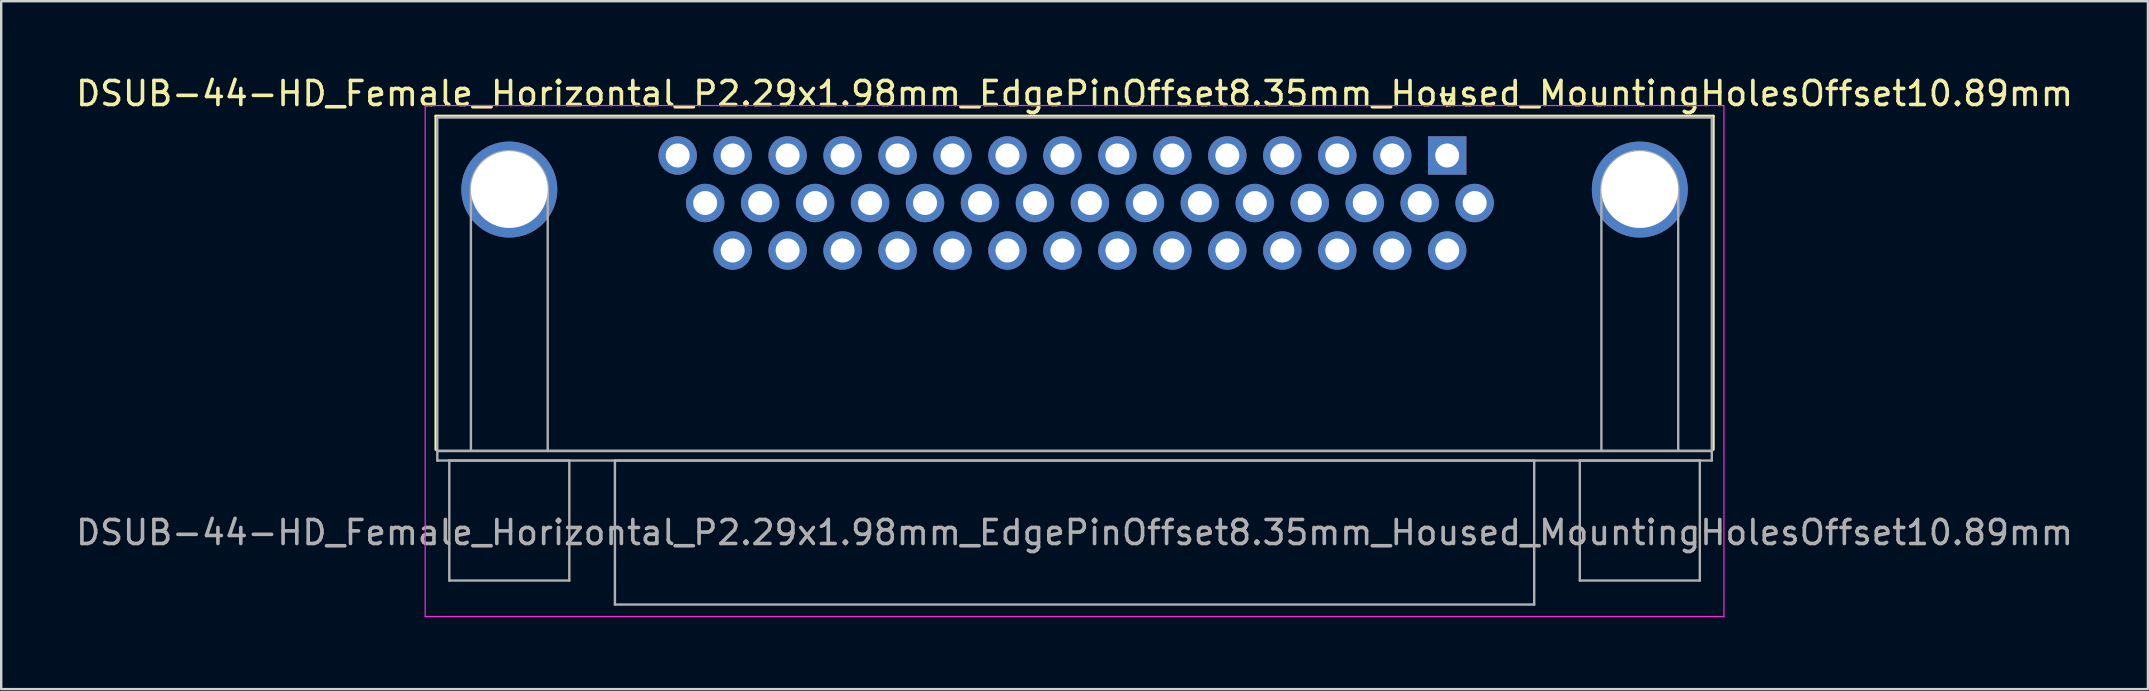
<source format=kicad_pcb>
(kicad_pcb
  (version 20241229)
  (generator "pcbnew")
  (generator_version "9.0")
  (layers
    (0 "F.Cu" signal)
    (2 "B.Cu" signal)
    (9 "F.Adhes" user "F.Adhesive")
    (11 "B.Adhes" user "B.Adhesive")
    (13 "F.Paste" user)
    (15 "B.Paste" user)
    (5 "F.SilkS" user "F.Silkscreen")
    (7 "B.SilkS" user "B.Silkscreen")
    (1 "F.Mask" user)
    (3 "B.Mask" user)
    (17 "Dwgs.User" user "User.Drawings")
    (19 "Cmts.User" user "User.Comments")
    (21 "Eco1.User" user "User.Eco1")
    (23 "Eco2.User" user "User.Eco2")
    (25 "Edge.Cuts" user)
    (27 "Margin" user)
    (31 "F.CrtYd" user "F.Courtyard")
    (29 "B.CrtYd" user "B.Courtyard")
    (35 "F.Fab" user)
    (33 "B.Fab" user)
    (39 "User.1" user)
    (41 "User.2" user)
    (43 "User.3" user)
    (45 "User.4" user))
  (footprint "DSUB-44-HD_Female_Horizontal_P2.29x1.98mm_EdgePinOffset8.35mm_Housed_MountingHolesOffset10.89mm"
    (layer "F.Cu")
    (at 57.245 3.428)
    (property "Reference" "DSUB-44-HD_Female_Horizontal_P2.29x1.98mm_EdgePinOffset8.35mm_Housed_MountingHolesOffset10.89mm" (at -15.525 -2.58 0) (layer "F.SilkS") (effects (font (size 1 1) (thickness 0.15))))
    (attr through_hole)
    (fp_line (start -42.135 -1.64) (end 11.085 -1.64) (stroke (width 0.12) (type solid)) (layer "F.SilkS"))
    (fp_line (start -42.135 12.25) (end -42.135 -1.64) (stroke (width 0.12) (type solid)) (layer "F.SilkS"))
    (fp_line (start -0.25 -2.534) (end 0.25 -2.534) (stroke (width 0.12) (type solid)) (layer "F.SilkS"))
    (fp_line (start 0 -2.101) (end -0.25 -2.534) (stroke (width 0.12) (type solid)) (layer "F.SilkS"))
    (fp_line (start 0.25 -2.534) (end 0 -2.101) (stroke (width 0.12) (type solid)) (layer "F.SilkS"))
    (fp_line (start 11.085 -1.64) (end 11.085 12.25) (stroke (width 0.12) (type solid)) (layer "F.SilkS"))
    (fp_line (start -42.58 -2.08) (end -42.58 19.21) (stroke (width 0.05) (type solid)) (layer "F.CrtYd"))
    (fp_line (start -42.58 19.21) (end 11.53 19.21) (stroke (width 0.05) (type solid)) (layer "F.CrtYd"))
    (fp_line (start 11.53 -2.08) (end -42.58 -2.08) (stroke (width 0.05) (type solid)) (layer "F.CrtYd"))
    (fp_line (start 11.53 19.21) (end 11.53 -2.08) (stroke (width 0.05) (type solid)) (layer "F.CrtYd"))
    (fp_line (start -42.075 -1.58) (end -42.075 12.31) (stroke (width 0.1) (type solid)) (layer "F.Fab"))
    (fp_line (start -42.075 12.31) (end -42.075 12.71) (stroke (width 0.1) (type solid)) (layer "F.Fab"))
    (fp_line (start -42.075 12.31) (end 11.025 12.31) (stroke (width 0.1) (type solid)) (layer "F.Fab"))
    (fp_line (start -42.075 12.71) (end 11.025 12.71) (stroke (width 0.1) (type solid)) (layer "F.Fab"))
    (fp_line (start -41.575 12.71) (end -41.575 17.71) (stroke (width 0.1) (type solid)) (layer "F.Fab"))
    (fp_line (start -41.575 17.71) (end -36.575 17.71) (stroke (width 0.1) (type solid)) (layer "F.Fab"))
    (fp_line (start -40.675 12.31) (end -40.675 1.42) (stroke (width 0.1) (type solid)) (layer "F.Fab"))
    (fp_line (start -37.475 12.31) (end -37.475 1.42) (stroke (width 0.1) (type solid)) (layer "F.Fab"))
    (fp_line (start -36.575 12.71) (end -41.575 12.71) (stroke (width 0.1) (type solid)) (layer "F.Fab"))
    (fp_line (start -36.575 17.71) (end -36.575 12.71) (stroke (width 0.1) (type solid)) (layer "F.Fab"))
    (fp_line (start -34.675 12.71) (end -34.675 18.71) (stroke (width 0.1) (type solid)) (layer "F.Fab"))
    (fp_line (start -34.675 18.71) (end 3.625 18.71) (stroke (width 0.1) (type solid)) (layer "F.Fab"))
    (fp_line (start 3.625 12.71) (end -34.675 12.71) (stroke (width 0.1) (type solid)) (layer "F.Fab"))
    (fp_line (start 3.625 18.71) (end 3.625 12.71) (stroke (width 0.1) (type solid)) (layer "F.Fab"))
    (fp_line (start 5.525 12.71) (end 5.525 17.71) (stroke (width 0.1) (type solid)) (layer "F.Fab"))
    (fp_line (start 5.525 17.71) (end 10.525 17.71) (stroke (width 0.1) (type solid)) (layer "F.Fab"))
    (fp_line (start 6.425 12.31) (end 6.425 1.42) (stroke (width 0.1) (type solid)) (layer "F.Fab"))
    (fp_line (start 9.625 12.31) (end 9.625 1.42) (stroke (width 0.1) (type solid)) (layer "F.Fab"))
    (fp_line (start 10.525 12.71) (end 5.525 12.71) (stroke (width 0.1) (type solid)) (layer "F.Fab"))
    (fp_line (start 10.525 17.71) (end 10.525 12.71) (stroke (width 0.1) (type solid)) (layer "F.Fab"))
    (fp_line (start 11.025 -1.58) (end -42.075 -1.58) (stroke (width 0.1) (type solid)) (layer "F.Fab"))
    (fp_line (start 11.025 12.31) (end -42.075 12.31) (stroke (width 0.1) (type solid)) (layer "F.Fab"))
    (fp_line (start 11.025 12.31) (end 11.025 -1.58) (stroke (width 0.1) (type solid)) (layer "F.Fab"))
    (fp_line (start 11.025 12.71) (end 11.025 12.31) (stroke (width 0.1) (type solid)) (layer "F.Fab"))
    (fp_arc (start -40.675 1.42) (mid -39.075 -0.18) (end -37.475 1.42) (stroke (width 0.1) (type solid)) (layer "F.Fab"))
    (fp_arc (start 6.425 1.42) (mid 8.025 -0.18) (end 9.625 1.42) (stroke (width 0.1) (type solid)) (layer "F.Fab"))
    (fp_text user "${REFERENCE}" (at -15.525 15.71 0) (layer "F.Fab") (effects (font (size 1 1) (thickness 0.15))))
    (pad "0" thru_hole circle (at -39.075 1.42) (size 4 4) (drill 3.2) (layers "*.Cu" "*.Mask"))
    (pad "0" thru_hole circle (at 8.025 1.42) (size 4 4) (drill 3.2) (layers "*.Cu" "*.Mask"))
    (pad "1" thru_hole rect (at 0 0) (size 1.6 1.6) (drill 1) (layers "*.Cu" "*.Mask"))
    (pad "2" thru_hole circle (at -2.29 0) (size 1.6 1.6) (drill 1) (layers "*.Cu" "*.Mask"))
    (pad "3" thru_hole circle (at -4.58 0) (size 1.6 1.6) (drill 1) (layers "*.Cu" "*.Mask"))
    (pad "4" thru_hole circle (at -6.87 0) (size 1.6 1.6) (drill 1) (layers "*.Cu" "*.Mask"))
    (pad "5" thru_hole circle (at -9.16 0) (size 1.6 1.6) (drill 1) (layers "*.Cu" "*.Mask"))
    (pad "6" thru_hole circle (at -11.45 0) (size 1.6 1.6) (drill 1) (layers "*.Cu" "*.Mask"))
    (pad "7" thru_hole circle (at -13.74 0) (size 1.6 1.6) (drill 1) (layers "*.Cu" "*.Mask"))
    (pad "8" thru_hole circle (at -16.03 0) (size 1.6 1.6) (drill 1) (layers "*.Cu" "*.Mask"))
    (pad "9" thru_hole circle (at -18.32 0) (size 1.6 1.6) (drill 1) (layers "*.Cu" "*.Mask"))
    (pad "10" thru_hole circle (at -20.61 0) (size 1.6 1.6) (drill 1) (layers "*.Cu" "*.Mask"))
    (pad "11" thru_hole circle (at -22.9 0) (size 1.6 1.6) (drill 1) (layers "*.Cu" "*.Mask"))
    (pad "12" thru_hole circle (at -25.19 0) (size 1.6 1.6) (drill 1) (layers "*.Cu" "*.Mask"))
    (pad "13" thru_hole circle (at -27.48 0) (size 1.6 1.6) (drill 1) (layers "*.Cu" "*.Mask"))
    (pad "14" thru_hole circle (at -29.77 0) (size 1.6 1.6) (drill 1) (layers "*.Cu" "*.Mask"))
    (pad "15" thru_hole circle (at -32.06 0) (size 1.6 1.6) (drill 1) (layers "*.Cu" "*.Mask"))
    (pad "16" thru_hole circle (at 1.145 1.98) (size 1.6 1.6) (drill 1) (layers "*.Cu" "*.Mask"))
    (pad "17" thru_hole circle (at -1.145 1.98) (size 1.6 1.6) (drill 1) (layers "*.Cu" "*.Mask"))
    (pad "18" thru_hole circle (at -3.435 1.98) (size 1.6 1.6) (drill 1) (layers "*.Cu" "*.Mask"))
    (pad "19" thru_hole circle (at -5.725 1.98) (size 1.6 1.6) (drill 1) (layers "*.Cu" "*.Mask"))
    (pad "20" thru_hole circle (at -8.015 1.98) (size 1.6 1.6) (drill 1) (layers "*.Cu" "*.Mask"))
    (pad "21" thru_hole circle (at -10.305 1.98) (size 1.6 1.6) (drill 1) (layers "*.Cu" "*.Mask"))
    (pad "22" thru_hole circle (at -12.595 1.98) (size 1.6 1.6) (drill 1) (layers "*.Cu" "*.Mask"))
    (pad "23" thru_hole circle (at -14.885 1.98) (size 1.6 1.6) (drill 1) (layers "*.Cu" "*.Mask"))
    (pad "24" thru_hole circle (at -17.175 1.98) (size 1.6 1.6) (drill 1) (layers "*.Cu" "*.Mask"))
    (pad "25" thru_hole circle (at -19.465 1.98) (size 1.6 1.6) (drill 1) (layers "*.Cu" "*.Mask"))
    (pad "26" thru_hole circle (at -21.755 1.98) (size 1.6 1.6) (drill 1) (layers "*.Cu" "*.Mask"))
    (pad "27" thru_hole circle (at -24.045 1.98) (size 1.6 1.6) (drill 1) (layers "*.Cu" "*.Mask"))
    (pad "28" thru_hole circle (at -26.335 1.98) (size 1.6 1.6) (drill 1) (layers "*.Cu" "*.Mask"))
    (pad "29" thru_hole circle (at -28.625 1.98) (size 1.6 1.6) (drill 1) (layers "*.Cu" "*.Mask"))
    (pad "30" thru_hole circle (at -30.915 1.98) (size 1.6 1.6) (drill 1) (layers "*.Cu" "*.Mask"))
    (pad "31" thru_hole circle (at 0 3.96) (size 1.6 1.6) (drill 1) (layers "*.Cu" "*.Mask"))
    (pad "32" thru_hole circle (at -2.29 3.96) (size 1.6 1.6) (drill 1) (layers "*.Cu" "*.Mask"))
    (pad "33" thru_hole circle (at -4.58 3.96) (size 1.6 1.6) (drill 1) (layers "*.Cu" "*.Mask"))
    (pad "34" thru_hole circle (at -6.87 3.96) (size 1.6 1.6) (drill 1) (layers "*.Cu" "*.Mask"))
    (pad "35" thru_hole circle (at -9.16 3.96) (size 1.6 1.6) (drill 1) (layers "*.Cu" "*.Mask"))
    (pad "36" thru_hole circle (at -11.45 3.96) (size 1.6 1.6) (drill 1) (layers "*.Cu" "*.Mask"))
    (pad "37" thru_hole circle (at -13.74 3.96) (size 1.6 1.6) (drill 1) (layers "*.Cu" "*.Mask"))
    (pad "38" thru_hole circle (at -16.03 3.96) (size 1.6 1.6) (drill 1) (layers "*.Cu" "*.Mask"))
    (pad "39" thru_hole circle (at -18.32 3.96) (size 1.6 1.6) (drill 1) (layers "*.Cu" "*.Mask"))
    (pad "40" thru_hole circle (at -20.61 3.96) (size 1.6 1.6) (drill 1) (layers "*.Cu" "*.Mask"))
    (pad "41" thru_hole circle (at -22.9 3.96) (size 1.6 1.6) (drill 1) (layers "*.Cu" "*.Mask"))
    (pad "42" thru_hole circle (at -25.19 3.96) (size 1.6 1.6) (drill 1) (layers "*.Cu" "*.Mask"))
    (pad "43" thru_hole circle (at -27.48 3.96) (size 1.6 1.6) (drill 1) (layers "*.Cu" "*.Mask"))
    (pad "44" thru_hole circle (at -29.77 3.96) (size 1.6 1.6) (drill 1) (layers "*.Cu" "*.Mask")))
  (gr_rect
    (start -3 -3)
    (end 86.44 25.663)
    (stroke (width 0.1) (type default))
    (fill no)
    (layer "Edge.Cuts")))
</source>
